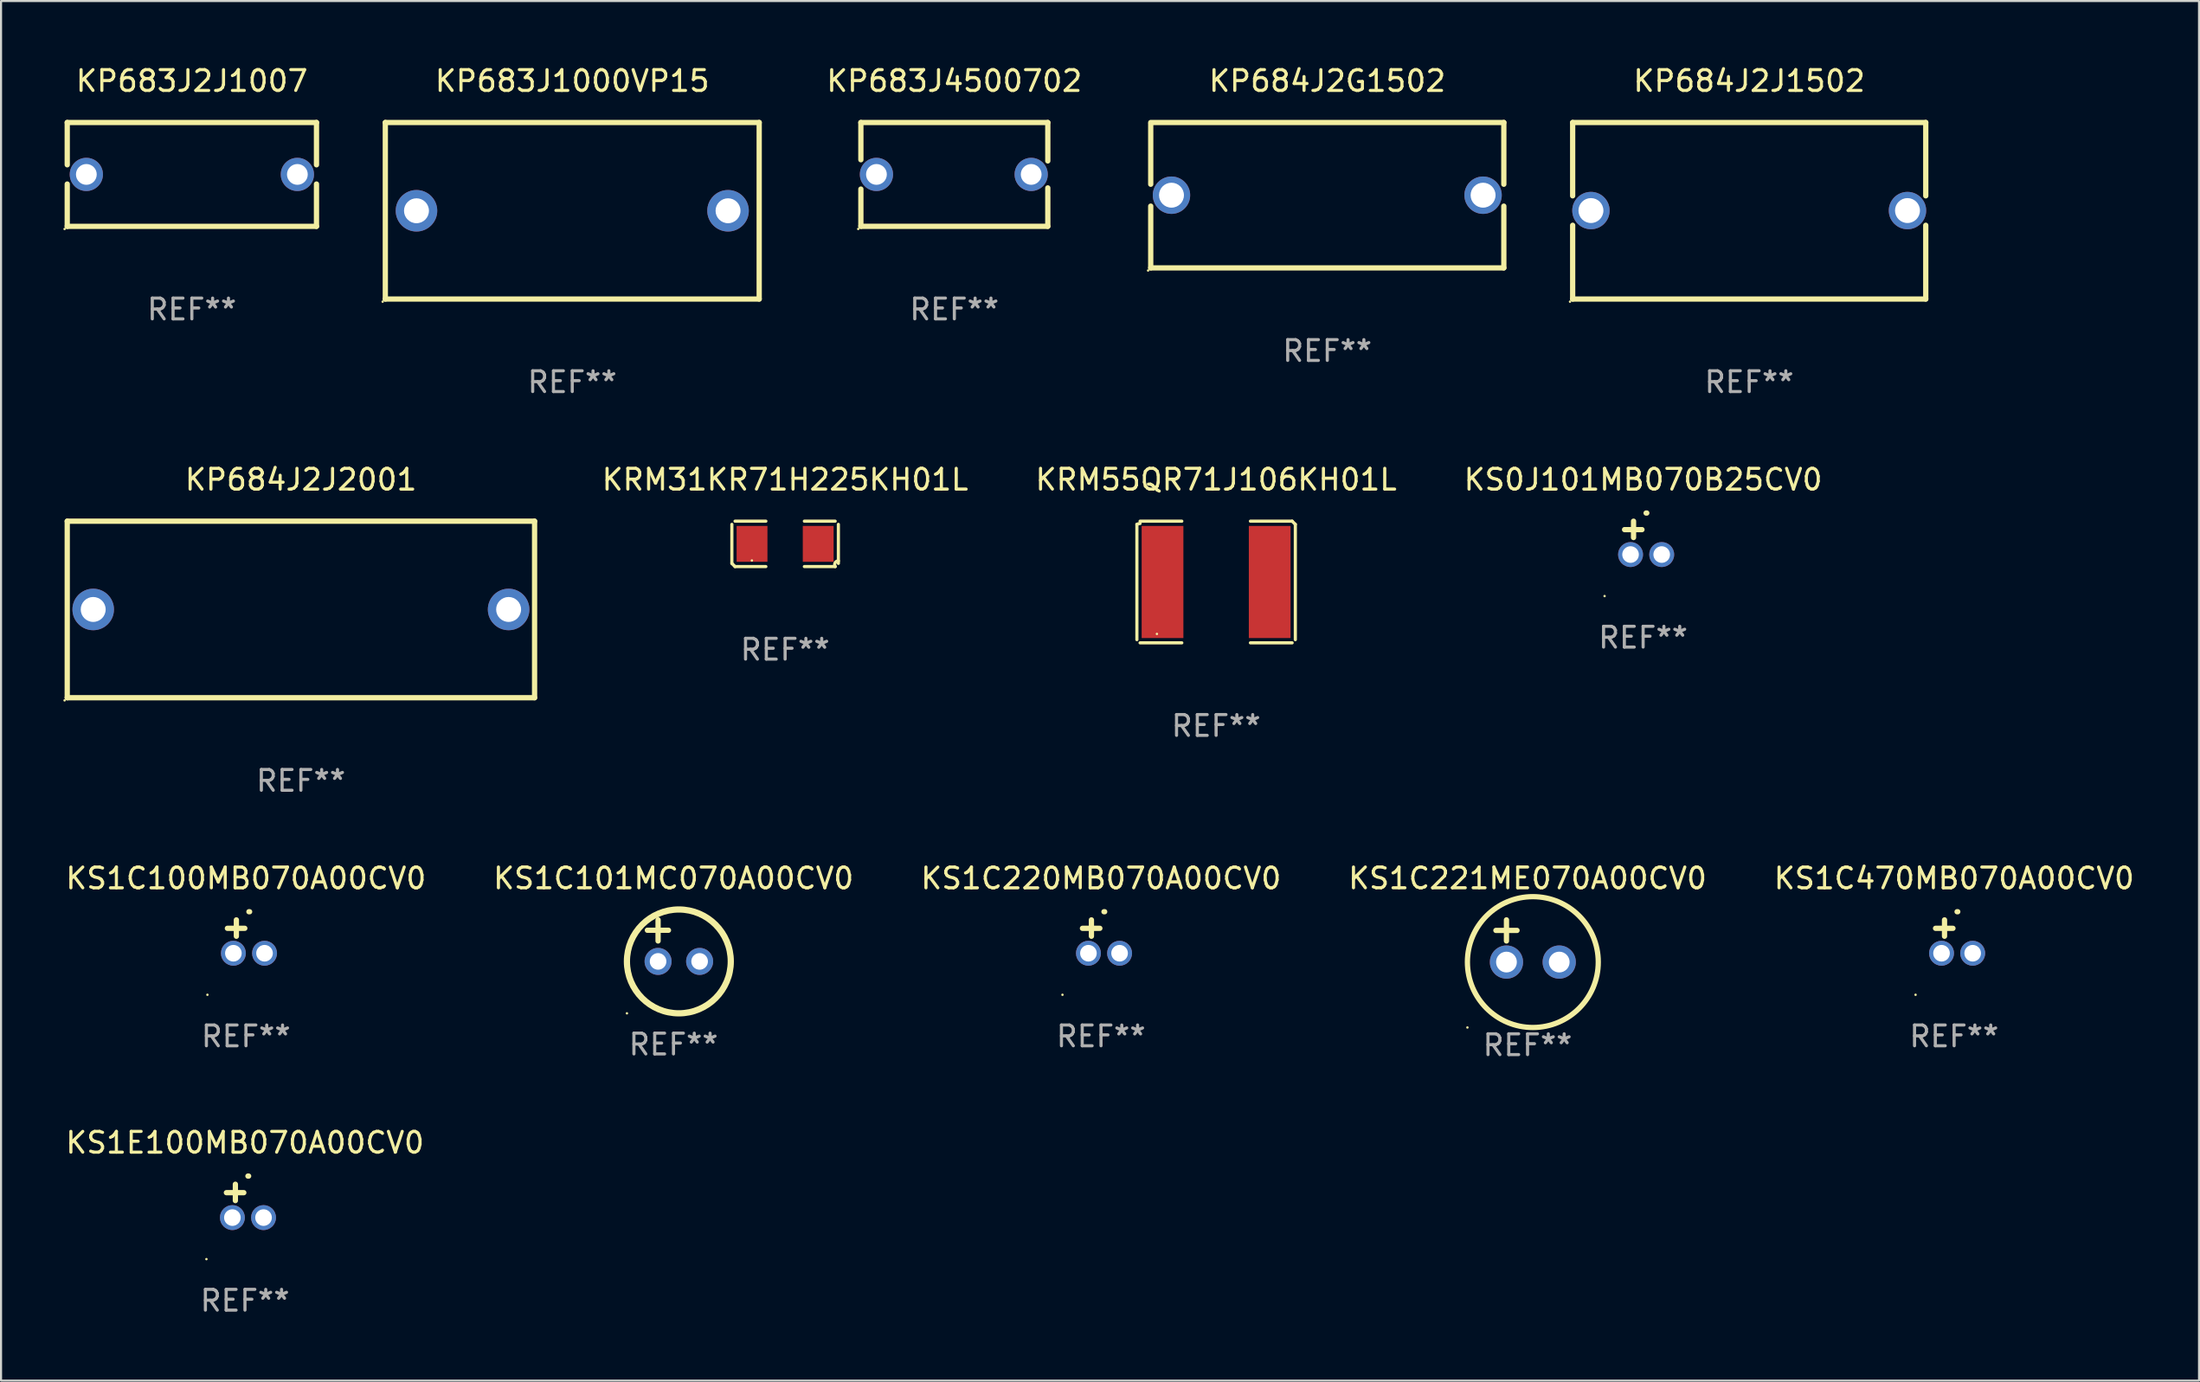
<source format=kicad_pcb>
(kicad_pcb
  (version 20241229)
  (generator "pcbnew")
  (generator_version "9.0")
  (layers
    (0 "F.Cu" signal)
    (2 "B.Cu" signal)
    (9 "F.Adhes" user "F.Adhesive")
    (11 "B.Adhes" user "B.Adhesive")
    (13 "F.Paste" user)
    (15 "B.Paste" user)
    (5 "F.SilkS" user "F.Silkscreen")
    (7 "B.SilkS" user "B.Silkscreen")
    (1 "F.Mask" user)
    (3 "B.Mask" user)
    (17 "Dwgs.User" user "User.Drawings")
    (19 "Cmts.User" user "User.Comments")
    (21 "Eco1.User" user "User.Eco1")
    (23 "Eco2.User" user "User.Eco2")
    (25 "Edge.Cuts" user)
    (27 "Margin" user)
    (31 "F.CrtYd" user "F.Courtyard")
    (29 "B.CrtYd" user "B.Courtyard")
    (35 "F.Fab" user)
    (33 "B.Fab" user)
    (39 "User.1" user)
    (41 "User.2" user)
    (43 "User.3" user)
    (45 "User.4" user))
  (footprint "KS1C470MB070A00CV0"
    (layer "F.Cu")
    (at 91.03 42.045)
    (property "Reference" "KS1C470MB070A00CV0" (at 0 -2.803 0) (layer "F.SilkS") (effects (font (size 1 1) (thickness 0.15))))
    (attr through_hole)
    (fp_line (start -0.462 -0.016) (end -0.462 -0.803) (stroke (width 0.254) (type solid)) (layer "F.SilkS"))
    (fp_line (start -0.056 -0.397) (end -0.894 -0.397) (stroke (width 0.254) (type solid)) (layer "F.SilkS"))
    (fp_arc (start 0.142799 -1.195784) (mid 0.159309 -1.195852) (end 0.175819 -1.195784) (stroke (width 0.254001) (type solid)) (layer "F.SilkS"))
    (fp_circle (center -1.856 2.803) (end -1.826 2.803) (stroke (width 0.06) (type solid)) (fill no) (layer "F.SilkS"))
    (fp_text user "REF**" (at 0 4.803 0) (layer "F.Fab") (effects (font (size 1 1) (thickness 0.15))))
    (pad "1" thru_hole circle (at -0.606 0.803) (size 1.2 1.2) (drill 0.8) (layers "*.Cu" "*.Mask"))
    (pad "2" thru_hole circle (at 0.894 0.803) (size 1.2 1.2) (drill 0.8) (layers "*.Cu" "*.Mask")))
  (footprint "KP683J1000VP15"
    (layer "F.Cu")
    (at 24.501 7.098)
    (property "Reference" "KP683J1000VP15" (at 0 -6.25 0) (layer "F.SilkS") (effects (font (size 1 1) (thickness 0.15))))
    (attr through_hole)
    (fp_line (start -9 -4.25) (end -9 4.25) (stroke (width 0.254) (type solid)) (layer "F.SilkS"))
    (fp_line (start -9 -4.25) (end 9 -4.25) (stroke (width 0.254) (type solid)) (layer "F.SilkS"))
    (fp_line (start 9 4.25) (end -9 4.25) (stroke (width 0.254) (type solid)) (layer "F.SilkS"))
    (fp_line (start 9 4.25) (end 9 -4.25) (stroke (width 0.254) (type solid)) (layer "F.SilkS"))
    (fp_circle (center -9.127 4.377) (end -9.097 4.377) (stroke (width 0.06) (type solid)) (fill no) (layer "F.SilkS"))
    (fp_text user "REF**" (at 0 8.25 0) (layer "F.Fab") (effects (font (size 1 1) (thickness 0.15))))
    (pad "1" thru_hole circle (at -7.5 0) (size 2 2) (drill 1.2) (layers "*.Cu" "*.Mask"))
    (pad "2" thru_hole circle (at 7.5 0) (size 2 2) (drill 1.2) (layers "*.Cu" "*.Mask")))
  (footprint "KRM55QR71J106KH01L"
    (layer "F.Cu")
    (at 55.499 24.973)
    (property "Reference" "KRM55QR71J106KH01L" (at 0 -4.929 0) (layer "F.SilkS") (effects (font (size 1 1) (thickness 0.15))))
    (attr through_hole)
    (fp_line (start -3.814 2.776) (end -3.814 -2.776) (stroke (width 0.152) (type solid)) (layer "F.SilkS"))
    (fp_line (start -3.661 -2.929) (end -1.651 -2.929) (stroke (width 0.152) (type solid)) (layer "F.SilkS"))
    (fp_line (start -1.651 2.929) (end -3.661 2.929) (stroke (width 0.152) (type solid)) (layer "F.SilkS"))
    (fp_line (start 1.651 2.929) (end 3.661 2.929) (stroke (width 0.152) (type solid)) (layer "F.SilkS"))
    (fp_line (start 3.661 -2.929) (end 1.651 -2.929) (stroke (width 0.152) (type solid)) (layer "F.SilkS"))
    (fp_line (start 3.814 2.776) (end 3.814 -2.776) (stroke (width 0.152) (type solid)) (layer "F.SilkS"))
    (fp_arc (start -3.813614 -2.7762) (mid -3.739925 -2.805625) (end -3.661214 -2.815646) (stroke (width 0.1524) (type solid)) (layer "F.SilkS"))
    (fp_arc (start 3.661214 -2.9286) (mid 3.737425 -2.852411) (end 3.813614 -2.7762) (stroke (width 0.1524) (type solid)) (layer "F.SilkS"))
    (fp_circle (center -2.85 2.5) (end -2.82 2.5) (stroke (width 0.06) (type solid)) (fill no) (layer "F.SilkS"))
    (fp_text user "REF**" (at 0 6.929 0) (layer "F.Fab") (effects (font (size 1 1) (thickness 0.15))))
    (pad "1" smd rect (at -2.58 0) (size 2.01 5.4) (layers "F.Cu" "F.Mask" "F.Paste"))
    (pad "2" smd rect (at 2.58 0) (size 2.01 5.4) (layers "F.Cu" "F.Mask" "F.Paste")))
  (footprint "KP683J2J1007"
    (layer "F.Cu")
    (at 6.187 5.348)
    (property "Reference" "KP683J2J1007" (at 0 -4.5 0) (layer "F.SilkS") (effects (font (size 1 1) (thickness 0.15))))
    (attr through_hole)
    (fp_line (start -6 -2.5) (end 6 -2.5) (stroke (width 0.254) (type solid)) (layer "F.SilkS"))
    (fp_line (start -6 -0.463) (end -6 -2.5) (stroke (width 0.254) (type solid)) (layer "F.SilkS"))
    (fp_line (start -6 2.5) (end -6 0.463) (stroke (width 0.254) (type solid)) (layer "F.SilkS"))
    (fp_line (start 6 -2.5) (end 6 -0.463) (stroke (width 0.254) (type solid)) (layer "F.SilkS"))
    (fp_line (start 6 0.463) (end 6 2.5) (stroke (width 0.254) (type solid)) (layer "F.SilkS"))
    (fp_line (start 6 2.5) (end -6 2.5) (stroke (width 0.254) (type solid)) (layer "F.SilkS"))
    (fp_circle (center -6.127 2.627) (end -6.097 2.627) (stroke (width 0.06) (type solid)) (fill no) (layer "F.SilkS"))
    (fp_text user "REF**" (at 0 6.5 0) (layer "F.Fab") (effects (font (size 1 1) (thickness 0.15))))
    (pad "1" thru_hole circle (at -5.08 0) (size 1.6 1.6) (drill 1) (layers "*.Cu" "*.Mask"))
    (pad "2" thru_hole circle (at 5.08 0) (size 1.6 1.6) (drill 1) (layers "*.Cu" "*.Mask")))
  (footprint "KS1C101MC070A00CV0"
    (layer "F.Cu")
    (at 29.375 42.241)
    (property "Reference" "KS1C101MC070A00CV0" (at 0 -3 0) (layer "F.SilkS") (effects (font (size 1 1) (thickness 0.15))))
    (attr through_hole)
    (fp_line (start -1.258 -0.5) (end -0.242 -0.5) (stroke (width 0.254) (type solid)) (layer "F.SilkS"))
    (fp_line (start -0.742 -1) (end -0.742 0.016) (stroke (width 0.254) (type solid)) (layer "F.SilkS"))
    (fp_circle (center -2.242 3.5) (end -2.212 3.5) (stroke (width 0.06) (type solid)) (fill no) (layer "F.SilkS"))
    (fp_circle (center 0.258 1) (end 2.758 1) (stroke (width 0.3) (type solid)) (fill no) (layer "F.SilkS"))
    (fp_text user "REF**" (at 0 5 0) (layer "F.Fab") (effects (font (size 1 1) (thickness 0.15))))
    (pad "1" thru_hole circle (at -0.742 1) (size 1.3 1.3) (drill 0.8) (layers "*.Cu" "*.Mask"))
    (pad "2" thru_hole circle (at 1.258 1) (size 1.3 1.3) (drill 0.8) (layers "*.Cu" "*.Mask")))
  (footprint "KP683J4500702"
    (layer "F.Cu")
    (at 42.896 5.348)
    (property "Reference" "KP683J4500702" (at 0 -4.499 0) (layer "F.SilkS") (effects (font (size 1 1) (thickness 0.15))))
    (attr through_hole)
    (fp_line (start -4.5 -2.499) (end 4.5 -2.499) (stroke (width 0.254) (type solid)) (layer "F.SilkS"))
    (fp_line (start -4.5 -0.706) (end -4.5 -2.499) (stroke (width 0.254) (type solid)) (layer "F.SilkS"))
    (fp_line (start -4.5 2.499) (end -4.5 0.706) (stroke (width 0.254) (type solid)) (layer "F.SilkS"))
    (fp_line (start 4.5 -2.499) (end 4.5 -0.649) (stroke (width 0.254) (type solid)) (layer "F.SilkS"))
    (fp_line (start 4.5 0.649) (end 4.5 2.499) (stroke (width 0.254) (type solid)) (layer "F.SilkS"))
    (fp_line (start 4.5 2.499) (end -4.5 2.499) (stroke (width 0.254) (type solid)) (layer "F.SilkS"))
    (fp_circle (center -4.627 2.626) (end -4.597 2.626) (stroke (width 0.06) (type solid)) (fill no) (layer "F.SilkS"))
    (fp_text user "REF**" (at 0 6.499 0) (layer "F.Fab") (effects (font (size 1 1) (thickness 0.15))))
    (pad "1" thru_hole circle (at -3.75 0) (size 1.6 1.6) (drill 1) (layers "*.Cu" "*.Mask"))
    (pad "2" thru_hole circle (at 3.7 0) (size 1.6 1.6) (drill 1) (layers "*.Cu" "*.Mask")))
  (footprint "KRM31KR71H225KH01L"
    (layer "F.Cu")
    (at 34.749 23.137)
    (property "Reference" "KRM31KR71H225KH01L" (at 0 -3.093 0) (layer "F.SilkS") (effects (font (size 1 1) (thickness 0.15))))
    (attr through_hole)
    (fp_line (start -2.564 0.94) (end -2.564 -0.94) (stroke (width 0.152) (type solid)) (layer "F.SilkS"))
    (fp_line (start -2.411 -1.093) (end -0.926 -1.093) (stroke (width 0.152) (type solid)) (layer "F.SilkS"))
    (fp_line (start -0.926 1.093) (end -2.411 1.093) (stroke (width 0.152) (type solid)) (layer "F.SilkS"))
    (fp_line (start 0.926 1.093) (end 2.411 1.093) (stroke (width 0.152) (type solid)) (layer "F.SilkS"))
    (fp_line (start 2.411 -1.093) (end 0.926 -1.093) (stroke (width 0.152) (type solid)) (layer "F.SilkS"))
    (fp_line (start 2.564 0.94) (end 2.564 -0.94) (stroke (width 0.152) (type solid)) (layer "F.SilkS"))
    (fp_arc (start -2.411201 1.092609) (mid -2.487413 1.01642) (end -2.563602 0.940208) (stroke (width 0.1524) (type solid)) (layer "F.SilkS"))
    (fp_arc (start 2.411201 1.092609) (mid 2.407159 0.911226) (end 2.563602 0.819347) (stroke (width 0.1524) (type solid)) (layer "F.SilkS"))
    (fp_circle (center -1.6 0.8) (end -1.57 0.8) (stroke (width 0.06) (type solid)) (fill no) (layer "F.SilkS"))
    (fp_text user "REF**" (at 0 5.093 0) (layer "F.Fab") (effects (font (size 1 1) (thickness 0.15))))
    (pad "1" smd rect (at -1.593 0) (size 1.485 1.728) (layers "F.Cu" "F.Mask" "F.Paste"))
    (pad "2" smd rect (at 1.593 0) (size 1.485 1.728) (layers "F.Cu" "F.Mask" "F.Paste")))
  (footprint "KP684J2G1502"
    (layer "F.Cu")
    (at 60.851 6.348)
    (property "Reference" "KP684J2G1502" (at 0 -5.5 0) (layer "F.SilkS") (effects (font (size 1 1) (thickness 0.15))))
    (attr through_hole)
    (fp_line (start -8.5 -3.5) (end 8.5 -3.5) (stroke (width 0.254) (type solid)) (layer "F.SilkS"))
    (fp_line (start -8.5 -0.527) (end -8.5 -3.429) (stroke (width 0.254) (type solid)) (layer "F.SilkS"))
    (fp_line (start -8.5 3.5) (end -8.5 0.527) (stroke (width 0.254) (type solid)) (layer "F.SilkS"))
    (fp_line (start 8.5 -3.5) (end 8.5 -0.527) (stroke (width 0.254) (type solid)) (layer "F.SilkS"))
    (fp_line (start 8.5 0.527) (end 8.5 3.5) (stroke (width 0.254) (type solid)) (layer "F.SilkS"))
    (fp_line (start 8.5 3.5) (end -8.5 3.5) (stroke (width 0.254) (type solid)) (layer "F.SilkS"))
    (fp_circle (center -8.627 3.627) (end -8.597 3.627) (stroke (width 0.06) (type solid)) (fill no) (layer "F.SilkS"))
    (fp_text user "REF**" (at 0 7.5 0) (layer "F.Fab") (effects (font (size 1 1) (thickness 0.15))))
    (pad "1" thru_hole circle (at -7.501 0) (size 1.8 1.8) (drill 1.2) (layers "*.Cu" "*.Mask"))
    (pad "2" thru_hole circle (at 7.501 0) (size 1.8 1.8) (drill 1.2) (layers "*.Cu" "*.Mask")))
  (footprint "KP684J2J1502"
    (layer "F.Cu")
    (at 81.165 7.098)
    (property "Reference" "KP684J2J1502" (at 0 -6.25 0) (layer "F.SilkS") (effects (font (size 1 1) (thickness 0.15))))
    (attr through_hole)
    (fp_line (start -8.5 -4.25) (end 8.5 -4.25) (stroke (width 0.254) (type solid)) (layer "F.SilkS"))
    (fp_line (start -8.5 -0.719) (end -8.5 -4.25) (stroke (width 0.254) (type solid)) (layer "F.SilkS"))
    (fp_line (start -8.5 4.25) (end -8.5 0.699) (stroke (width 0.254) (type solid)) (layer "F.SilkS"))
    (fp_line (start 8.5 -4.25) (end 8.5 -0.719) (stroke (width 0.254) (type solid)) (layer "F.SilkS"))
    (fp_line (start 8.5 0.699) (end 8.5 4.25) (stroke (width 0.254) (type solid)) (layer "F.SilkS"))
    (fp_line (start 8.5 4.25) (end -8.5 4.25) (stroke (width 0.254) (type solid)) (layer "F.SilkS"))
    (fp_circle (center -8.627 4.377) (end -8.597 4.377) (stroke (width 0.06) (type solid)) (fill no) (layer "F.SilkS"))
    (fp_text user "REF**" (at 0 8.25 0) (layer "F.Fab") (effects (font (size 1 1) (thickness 0.15))))
    (pad "1" thru_hole circle (at -7.62 -0.01) (size 1.8 1.8) (drill 1.2) (layers "*.Cu" "*.Mask"))
    (pad "2" thru_hole circle (at 7.62 -0.01) (size 1.8 1.8) (drill 1.2) (layers "*.Cu" "*.Mask")))
  (footprint "KS1C221ME070A00CV0"
    (layer "F.Cu")
    (at 70.494 42.257)
    (property "Reference" "KS1C221ME070A00CV0" (at 0 -3.016 0) (layer "F.SilkS") (effects (font (size 1 1) (thickness 0.15))))
    (attr through_hole)
    (fp_line (start -1.524 -0.508) (end -0.508 -0.508) (stroke (width 0.254) (type solid)) (layer "F.SilkS"))
    (fp_line (start -1.016 -1.016) (end -1.016 0) (stroke (width 0.254) (type solid)) (layer "F.SilkS"))
    (fp_circle (center -2.896 4.166) (end -2.866 4.166) (stroke (width 0.06) (type solid)) (fill no) (layer "F.SilkS"))
    (fp_circle (center 0.254 1.016) (end 3.404 1.016) (stroke (width 0.254) (type solid)) (fill no) (layer "F.SilkS"))
    (fp_text user "REF**" (at 0 5.016 0) (layer "F.Fab") (effects (font (size 1 1) (thickness 0.15))))
    (pad "1" thru_hole circle (at -1.016 1.016) (size 1.6 1.6) (drill 1) (layers "*.Cu" "*.Mask"))
    (pad "2" thru_hole circle (at 1.524 1.016) (size 1.6 1.6) (drill 1) (layers "*.Cu" "*.Mask")))
  (footprint "KP684J2J2001"
    (layer "F.Cu")
    (at 11.437 26.295)
    (property "Reference" "KP684J2J2001" (at 0 -6.25 0) (layer "F.SilkS") (effects (font (size 1 1) (thickness 0.15))))
    (attr through_hole)
    (fp_line (start -11.25 -4.25) (end 11.25 -4.25) (stroke (width 0.254) (type solid)) (layer "F.SilkS"))
    (fp_line (start -11.25 4.25) (end -11.25 -4.25) (stroke (width 0.254) (type solid)) (layer "F.SilkS"))
    (fp_line (start 11.25 -4.25) (end 11.25 4.25) (stroke (width 0.254) (type solid)) (layer "F.SilkS"))
    (fp_line (start 11.25 4.25) (end -11.25 4.25) (stroke (width 0.254) (type solid)) (layer "F.SilkS"))
    (fp_circle (center -11.377 4.377) (end -11.347 4.377) (stroke (width 0.06) (type solid)) (fill no) (layer "F.SilkS"))
    (fp_text user "REF**" (at 0 8.25 0) (layer "F.Fab") (effects (font (size 1 1) (thickness 0.15))))
    (pad "1" thru_hole circle (at -10 0) (size 2 2) (drill 1.2) (layers "*.Cu" "*.Mask"))
    (pad "2" thru_hole circle (at 10 0) (size 2 2) (drill 1.2) (layers "*.Cu" "*.Mask")))
  (footprint "KS1E100MB070A00CV0"
    (layer "F.Cu")
    (at 8.744 54.773)
    (property "Reference" "KS1E100MB070A00CV0" (at 0 -2.803 0) (layer "F.SilkS") (effects (font (size 1 1) (thickness 0.15))))
    (attr through_hole)
    (fp_line (start -0.462 -0.016) (end -0.462 -0.803) (stroke (width 0.254) (type solid)) (layer "F.SilkS"))
    (fp_line (start -0.056 -0.397) (end -0.894 -0.397) (stroke (width 0.254) (type solid)) (layer "F.SilkS"))
    (fp_arc (start 0.142799 -1.195784) (mid 0.159309 -1.195852) (end 0.175819 -1.195784) (stroke (width 0.254001) (type solid)) (layer "F.SilkS"))
    (fp_circle (center -1.856 2.803) (end -1.826 2.803) (stroke (width 0.06) (type solid)) (fill no) (layer "F.SilkS"))
    (fp_text user "REF**" (at 0 4.803 0) (layer "F.Fab") (effects (font (size 1 1) (thickness 0.15))))
    (pad "1" thru_hole circle (at -0.606 0.803) (size 1.2 1.2) (drill 0.8) (layers "*.Cu" "*.Mask"))
    (pad "2" thru_hole circle (at 0.894 0.803) (size 1.2 1.2) (drill 0.8) (layers "*.Cu" "*.Mask")))
  (footprint "KS1C100MB070A00CV0"
    (layer "F.Cu")
    (at 8.792 42.045)
    (property "Reference" "KS1C100MB070A00CV0" (at 0 -2.803 0) (layer "F.SilkS") (effects (font (size 1 1) (thickness 0.15))))
    (attr through_hole)
    (fp_line (start -0.462 -0.016) (end -0.462 -0.803) (stroke (width 0.254) (type solid)) (layer "F.SilkS"))
    (fp_line (start -0.056 -0.397) (end -0.894 -0.397) (stroke (width 0.254) (type solid)) (layer "F.SilkS"))
    (fp_arc (start 0.142799 -1.195784) (mid 0.159309 -1.195852) (end 0.175819 -1.195784) (stroke (width 0.254001) (type solid)) (layer "F.SilkS"))
    (fp_circle (center -1.856 2.803) (end -1.826 2.803) (stroke (width 0.06) (type solid)) (fill no) (layer "F.SilkS"))
    (fp_text user "REF**" (at 0 4.803 0) (layer "F.Fab") (effects (font (size 1 1) (thickness 0.15))))
    (pad "1" thru_hole circle (at -0.606 0.803) (size 1.2 1.2) (drill 0.8) (layers "*.Cu" "*.Mask"))
    (pad "2" thru_hole circle (at 0.894 0.803) (size 1.2 1.2) (drill 0.8) (layers "*.Cu" "*.Mask")))
  (footprint "KS0J101MB070B25CV0"
    (layer "F.Cu")
    (at 76.058 22.848)
    (property "Reference" "KS0J101MB070B25CV0" (at 0 -2.803 0) (layer "F.SilkS") (effects (font (size 1 1) (thickness 0.15))))
    (attr through_hole)
    (fp_line (start -0.462 -0.016) (end -0.462 -0.803) (stroke (width 0.254) (type solid)) (layer "F.SilkS"))
    (fp_line (start -0.056 -0.397) (end -0.894 -0.397) (stroke (width 0.254) (type solid)) (layer "F.SilkS"))
    (fp_arc (start 0.142799 -1.195784) (mid 0.159309 -1.195852) (end 0.175819 -1.195784) (stroke (width 0.254001) (type solid)) (layer "F.SilkS"))
    (fp_circle (center -1.856 2.803) (end -1.826 2.803) (stroke (width 0.06) (type solid)) (fill no) (layer "F.SilkS"))
    (fp_text user "REF**" (at 0 4.803 0) (layer "F.Fab") (effects (font (size 1 1) (thickness 0.15))))
    (pad "1" thru_hole circle (at -0.606 0.803) (size 1.2 1.2) (drill 0.8) (layers "*.Cu" "*.Mask"))
    (pad "2" thru_hole circle (at 0.894 0.803) (size 1.2 1.2) (drill 0.8) (layers "*.Cu" "*.Mask")))
  (footprint "KS1C220MB070A00CV0"
    (layer "F.Cu")
    (at 49.958 42.045)
    (property "Reference" "KS1C220MB070A00CV0" (at 0 -2.803 0) (layer "F.SilkS") (effects (font (size 1 1) (thickness 0.15))))
    (attr through_hole)
    (fp_line (start -0.462 -0.016) (end -0.462 -0.803) (stroke (width 0.254) (type solid)) (layer "F.SilkS"))
    (fp_line (start -0.056 -0.397) (end -0.894 -0.397) (stroke (width 0.254) (type solid)) (layer "F.SilkS"))
    (fp_arc (start 0.142799 -1.195784) (mid 0.159309 -1.195852) (end 0.175819 -1.195784) (stroke (width 0.254001) (type solid)) (layer "F.SilkS"))
    (fp_circle (center -1.856 2.803) (end -1.826 2.803) (stroke (width 0.06) (type solid)) (fill no) (layer "F.SilkS"))
    (fp_text user "REF**" (at 0 4.803 0) (layer "F.Fab") (effects (font (size 1 1) (thickness 0.15))))
    (pad "1" thru_hole circle (at -0.606 0.803) (size 1.2 1.2) (drill 0.8) (layers "*.Cu" "*.Mask"))
    (pad "2" thru_hole circle (at 0.894 0.803) (size 1.2 1.2) (drill 0.8) (layers "*.Cu" "*.Mask")))
  (gr_rect
    (start -3 -3)
    (end 102.821 63.425)
    (stroke (width 0.1) (type default))
    (fill no)
    (layer "Edge.Cuts")))
</source>
